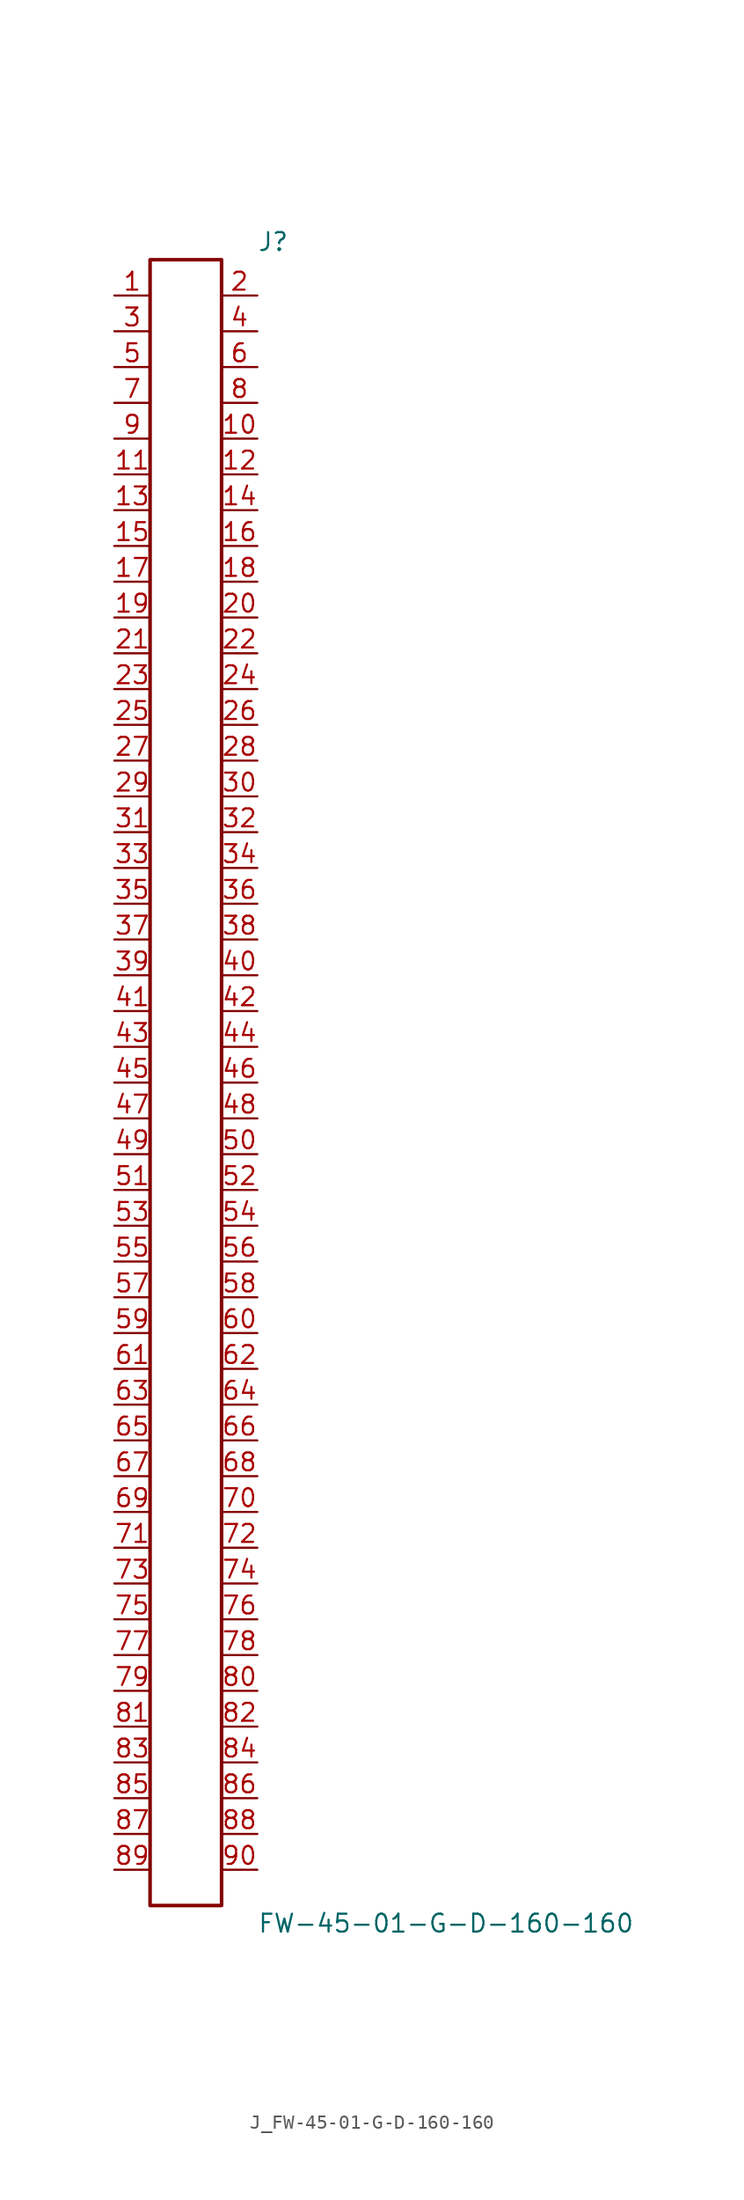
<source format=kicad_sym>
(kicad_symbol_lib
  (version 20231120)
  (generator kicad_symbol_editor)
  (generator_version 8.0)
  (symbol "J_FW-45-01-G-D-160-160"
    (pin_names
      (offset 0.254))
    (property "Reference" "J"
      (at 5.08 59.69 0)
      (effects (font (size 1.27 1.27)) (justify left)))
    (property "Value" "FW-45-01-G-D-160-160"
      (at 5.08 -59.69 0)
      (effects (font (size 1.27 1.27)) (justify left)))
    (symbol "J_FW-45-01-G-D-160-160_0_0"
      (pin unspecified line (at -5.08 55.88 0) (length 2.54) (name "" (effects (font (size 1.27 1.27)))) (number "1" (effects (font (size 1.27 1.27)))))
      (pin unspecified line (at 5.08 55.88 180) (length 2.54) (name "" (effects (font (size 1.27 1.27)))) (number "2" (effects (font (size 1.27 1.27)))))
      (pin unspecified line (at -5.08 53.34 0) (length 2.54) (name "" (effects (font (size 1.27 1.27)))) (number "3" (effects (font (size 1.27 1.27)))))
      (pin unspecified line (at 5.08 53.34 180) (length 2.54) (name "" (effects (font (size 1.27 1.27)))) (number "4" (effects (font (size 1.27 1.27)))))
      (pin unspecified line (at -5.08 50.8 0) (length 2.54) (name "" (effects (font (size 1.27 1.27)))) (number "5" (effects (font (size 1.27 1.27)))))
      (pin unspecified line (at 5.08 50.8 180) (length 2.54) (name "" (effects (font (size 1.27 1.27)))) (number "6" (effects (font (size 1.27 1.27)))))
      (pin unspecified line (at -5.08 48.26 0) (length 2.54) (name "" (effects (font (size 1.27 1.27)))) (number "7" (effects (font (size 1.27 1.27)))))
      (pin unspecified line (at 5.08 48.26 180) (length 2.54) (name "" (effects (font (size 1.27 1.27)))) (number "8" (effects (font (size 1.27 1.27)))))
      (pin unspecified line (at -5.08 45.72 0) (length 2.54) (name "" (effects (font (size 1.27 1.27)))) (number "9" (effects (font (size 1.27 1.27)))))
      (pin unspecified line (at 5.08 45.72 180) (length 2.54) (name "" (effects (font (size 1.27 1.27)))) (number "10" (effects (font (size 1.27 1.27)))))
      (pin unspecified line (at -5.08 43.18 0) (length 2.54) (name "" (effects (font (size 1.27 1.27)))) (number "11" (effects (font (size 1.27 1.27)))))
      (pin unspecified line (at 5.08 43.18 180) (length 2.54) (name "" (effects (font (size 1.27 1.27)))) (number "12" (effects (font (size 1.27 1.27)))))
      (pin unspecified line (at -5.08 40.64 0) (length 2.54) (name "" (effects (font (size 1.27 1.27)))) (number "13" (effects (font (size 1.27 1.27)))))
      (pin unspecified line (at 5.08 40.64 180) (length 2.54) (name "" (effects (font (size 1.27 1.27)))) (number "14" (effects (font (size 1.27 1.27)))))
      (pin unspecified line (at -5.08 38.1 0) (length 2.54) (name "" (effects (font (size 1.27 1.27)))) (number "15" (effects (font (size 1.27 1.27)))))
      (pin unspecified line (at 5.08 38.1 180) (length 2.54) (name "" (effects (font (size 1.27 1.27)))) (number "16" (effects (font (size 1.27 1.27)))))
      (pin unspecified line (at -5.08 35.56 0) (length 2.54) (name "" (effects (font (size 1.27 1.27)))) (number "17" (effects (font (size 1.27 1.27)))))
      (pin unspecified line (at 5.08 35.56 180) (length 2.54) (name "" (effects (font (size 1.27 1.27)))) (number "18" (effects (font (size 1.27 1.27)))))
      (pin unspecified line (at -5.08 33.02 0) (length 2.54) (name "" (effects (font (size 1.27 1.27)))) (number "19" (effects (font (size 1.27 1.27)))))
      (pin unspecified line (at 5.08 33.02 180) (length 2.54) (name "" (effects (font (size 1.27 1.27)))) (number "20" (effects (font (size 1.27 1.27)))))
      (pin unspecified line (at -5.08 30.48 0) (length 2.54) (name "" (effects (font (size 1.27 1.27)))) (number "21" (effects (font (size 1.27 1.27)))))
      (pin unspecified line (at 5.08 30.48 180) (length 2.54) (name "" (effects (font (size 1.27 1.27)))) (number "22" (effects (font (size 1.27 1.27)))))
      (pin unspecified line (at -5.08 27.94 0) (length 2.54) (name "" (effects (font (size 1.27 1.27)))) (number "23" (effects (font (size 1.27 1.27)))))
      (pin unspecified line (at 5.08 27.94 180) (length 2.54) (name "" (effects (font (size 1.27 1.27)))) (number "24" (effects (font (size 1.27 1.27)))))
      (pin unspecified line (at -5.08 25.4 0) (length 2.54) (name "" (effects (font (size 1.27 1.27)))) (number "25" (effects (font (size 1.27 1.27)))))
      (pin unspecified line (at 5.08 25.4 180) (length 2.54) (name "" (effects (font (size 1.27 1.27)))) (number "26" (effects (font (size 1.27 1.27)))))
      (pin unspecified line (at -5.08 22.86 0) (length 2.54) (name "" (effects (font (size 1.27 1.27)))) (number "27" (effects (font (size 1.27 1.27)))))
      (pin unspecified line (at 5.08 22.86 180) (length 2.54) (name "" (effects (font (size 1.27 1.27)))) (number "28" (effects (font (size 1.27 1.27)))))
      (pin unspecified line (at -5.08 20.32 0) (length 2.54) (name "" (effects (font (size 1.27 1.27)))) (number "29" (effects (font (size 1.27 1.27)))))
      (pin unspecified line (at 5.08 20.32 180) (length 2.54) (name "" (effects (font (size 1.27 1.27)))) (number "30" (effects (font (size 1.27 1.27)))))
      (pin unspecified line (at -5.08 17.78 0) (length 2.54) (name "" (effects (font (size 1.27 1.27)))) (number "31" (effects (font (size 1.27 1.27)))))
      (pin unspecified line (at 5.08 17.78 180) (length 2.54) (name "" (effects (font (size 1.27 1.27)))) (number "32" (effects (font (size 1.27 1.27)))))
      (pin unspecified line (at -5.08 15.24 0) (length 2.54) (name "" (effects (font (size 1.27 1.27)))) (number "33" (effects (font (size 1.27 1.27)))))
      (pin unspecified line (at 5.08 15.24 180) (length 2.54) (name "" (effects (font (size 1.27 1.27)))) (number "34" (effects (font (size 1.27 1.27)))))
      (pin unspecified line (at -5.08 12.7 0) (length 2.54) (name "" (effects (font (size 1.27 1.27)))) (number "35" (effects (font (size 1.27 1.27)))))
      (pin unspecified line (at 5.08 12.7 180) (length 2.54) (name "" (effects (font (size 1.27 1.27)))) (number "36" (effects (font (size 1.27 1.27)))))
      (pin unspecified line (at -5.08 10.16 0) (length 2.54) (name "" (effects (font (size 1.27 1.27)))) (number "37" (effects (font (size 1.27 1.27)))))
      (pin unspecified line (at 5.08 10.16 180) (length 2.54) (name "" (effects (font (size 1.27 1.27)))) (number "38" (effects (font (size 1.27 1.27)))))
      (pin unspecified line (at -5.08 7.62 0) (length 2.54) (name "" (effects (font (size 1.27 1.27)))) (number "39" (effects (font (size 1.27 1.27)))))
      (pin unspecified line (at 5.08 7.62 180) (length 2.54) (name "" (effects (font (size 1.27 1.27)))) (number "40" (effects (font (size 1.27 1.27)))))
      (pin unspecified line (at -5.08 5.08 0) (length 2.54) (name "" (effects (font (size 1.27 1.27)))) (number "41" (effects (font (size 1.27 1.27)))))
      (pin unspecified line (at 5.08 5.08 180) (length 2.54) (name "" (effects (font (size 1.27 1.27)))) (number "42" (effects (font (size 1.27 1.27)))))
      (pin unspecified line (at -5.08 2.54 0) (length 2.54) (name "" (effects (font (size 1.27 1.27)))) (number "43" (effects (font (size 1.27 1.27)))))
      (pin unspecified line (at 5.08 2.54 180) (length 2.54) (name "" (effects (font (size 1.27 1.27)))) (number "44" (effects (font (size 1.27 1.27)))))
      (pin unspecified line (at -5.08 0.0 0) (length 2.54) (name "" (effects (font (size 1.27 1.27)))) (number "45" (effects (font (size 1.27 1.27)))))
      (pin unspecified line (at 5.08 0.0 180) (length 2.54) (name "" (effects (font (size 1.27 1.27)))) (number "46" (effects (font (size 1.27 1.27)))))
      (pin unspecified line (at -5.08 -2.54 0) (length 2.54) (name "" (effects (font (size 1.27 1.27)))) (number "47" (effects (font (size 1.27 1.27)))))
      (pin unspecified line (at 5.08 -2.54 180) (length 2.54) (name "" (effects (font (size 1.27 1.27)))) (number "48" (effects (font (size 1.27 1.27)))))
      (pin unspecified line (at -5.08 -5.08 0) (length 2.54) (name "" (effects (font (size 1.27 1.27)))) (number "49" (effects (font (size 1.27 1.27)))))
      (pin unspecified line (at 5.08 -5.08 180) (length 2.54) (name "" (effects (font (size 1.27 1.27)))) (number "50" (effects (font (size 1.27 1.27)))))
      (pin unspecified line (at -5.08 -7.62 0) (length 2.54) (name "" (effects (font (size 1.27 1.27)))) (number "51" (effects (font (size 1.27 1.27)))))
      (pin unspecified line (at 5.08 -7.62 180) (length 2.54) (name "" (effects (font (size 1.27 1.27)))) (number "52" (effects (font (size 1.27 1.27)))))
      (pin unspecified line (at -5.08 -10.16 0) (length 2.54) (name "" (effects (font (size 1.27 1.27)))) (number "53" (effects (font (size 1.27 1.27)))))
      (pin unspecified line (at 5.08 -10.16 180) (length 2.54) (name "" (effects (font (size 1.27 1.27)))) (number "54" (effects (font (size 1.27 1.27)))))
      (pin unspecified line (at -5.08 -12.7 0) (length 2.54) (name "" (effects (font (size 1.27 1.27)))) (number "55" (effects (font (size 1.27 1.27)))))
      (pin unspecified line (at 5.08 -12.7 180) (length 2.54) (name "" (effects (font (size 1.27 1.27)))) (number "56" (effects (font (size 1.27 1.27)))))
      (pin unspecified line (at -5.08 -15.24 0) (length 2.54) (name "" (effects (font (size 1.27 1.27)))) (number "57" (effects (font (size 1.27 1.27)))))
      (pin unspecified line (at 5.08 -15.24 180) (length 2.54) (name "" (effects (font (size 1.27 1.27)))) (number "58" (effects (font (size 1.27 1.27)))))
      (pin unspecified line (at -5.08 -17.78 0) (length 2.54) (name "" (effects (font (size 1.27 1.27)))) (number "59" (effects (font (size 1.27 1.27)))))
      (pin unspecified line (at 5.08 -17.78 180) (length 2.54) (name "" (effects (font (size 1.27 1.27)))) (number "60" (effects (font (size 1.27 1.27)))))
      (pin unspecified line (at -5.08 -20.32 0) (length 2.54) (name "" (effects (font (size 1.27 1.27)))) (number "61" (effects (font (size 1.27 1.27)))))
      (pin unspecified line (at 5.08 -20.32 180) (length 2.54) (name "" (effects (font (size 1.27 1.27)))) (number "62" (effects (font (size 1.27 1.27)))))
      (pin unspecified line (at -5.08 -22.86 0) (length 2.54) (name "" (effects (font (size 1.27 1.27)))) (number "63" (effects (font (size 1.27 1.27)))))
      (pin unspecified line (at 5.08 -22.86 180) (length 2.54) (name "" (effects (font (size 1.27 1.27)))) (number "64" (effects (font (size 1.27 1.27)))))
      (pin unspecified line (at -5.08 -25.4 0) (length 2.54) (name "" (effects (font (size 1.27 1.27)))) (number "65" (effects (font (size 1.27 1.27)))))
      (pin unspecified line (at 5.08 -25.4 180) (length 2.54) (name "" (effects (font (size 1.27 1.27)))) (number "66" (effects (font (size 1.27 1.27)))))
      (pin unspecified line (at -5.08 -27.94 0) (length 2.54) (name "" (effects (font (size 1.27 1.27)))) (number "67" (effects (font (size 1.27 1.27)))))
      (pin unspecified line (at 5.08 -27.94 180) (length 2.54) (name "" (effects (font (size 1.27 1.27)))) (number "68" (effects (font (size 1.27 1.27)))))
      (pin unspecified line (at -5.08 -30.48 0) (length 2.54) (name "" (effects (font (size 1.27 1.27)))) (number "69" (effects (font (size 1.27 1.27)))))
      (pin unspecified line (at 5.08 -30.48 180) (length 2.54) (name "" (effects (font (size 1.27 1.27)))) (number "70" (effects (font (size 1.27 1.27)))))
      (pin unspecified line (at -5.08 -33.02 0) (length 2.54) (name "" (effects (font (size 1.27 1.27)))) (number "71" (effects (font (size 1.27 1.27)))))
      (pin unspecified line (at 5.08 -33.02 180) (length 2.54) (name "" (effects (font (size 1.27 1.27)))) (number "72" (effects (font (size 1.27 1.27)))))
      (pin unspecified line (at -5.08 -35.56 0) (length 2.54) (name "" (effects (font (size 1.27 1.27)))) (number "73" (effects (font (size 1.27 1.27)))))
      (pin unspecified line (at 5.08 -35.56 180) (length 2.54) (name "" (effects (font (size 1.27 1.27)))) (number "74" (effects (font (size 1.27 1.27)))))
      (pin unspecified line (at -5.08 -38.1 0) (length 2.54) (name "" (effects (font (size 1.27 1.27)))) (number "75" (effects (font (size 1.27 1.27)))))
      (pin unspecified line (at 5.08 -38.1 180) (length 2.54) (name "" (effects (font (size 1.27 1.27)))) (number "76" (effects (font (size 1.27 1.27)))))
      (pin unspecified line (at -5.08 -40.64 0) (length 2.54) (name "" (effects (font (size 1.27 1.27)))) (number "77" (effects (font (size 1.27 1.27)))))
      (pin unspecified line (at 5.08 -40.64 180) (length 2.54) (name "" (effects (font (size 1.27 1.27)))) (number "78" (effects (font (size 1.27 1.27)))))
      (pin unspecified line (at -5.08 -43.18 0) (length 2.54) (name "" (effects (font (size 1.27 1.27)))) (number "79" (effects (font (size 1.27 1.27)))))
      (pin unspecified line (at 5.08 -43.18 180) (length 2.54) (name "" (effects (font (size 1.27 1.27)))) (number "80" (effects (font (size 1.27 1.27)))))
      (pin unspecified line (at -5.08 -45.72 0) (length 2.54) (name "" (effects (font (size 1.27 1.27)))) (number "81" (effects (font (size 1.27 1.27)))))
      (pin unspecified line (at 5.08 -45.72 180) (length 2.54) (name "" (effects (font (size 1.27 1.27)))) (number "82" (effects (font (size 1.27 1.27)))))
      (pin unspecified line (at -5.08 -48.26 0) (length 2.54) (name "" (effects (font (size 1.27 1.27)))) (number "83" (effects (font (size 1.27 1.27)))))
      (pin unspecified line (at 5.08 -48.26 180) (length 2.54) (name "" (effects (font (size 1.27 1.27)))) (number "84" (effects (font (size 1.27 1.27)))))
      (pin unspecified line (at -5.08 -50.8 0) (length 2.54) (name "" (effects (font (size 1.27 1.27)))) (number "85" (effects (font (size 1.27 1.27)))))
      (pin unspecified line (at 5.08 -50.8 180) (length 2.54) (name "" (effects (font (size 1.27 1.27)))) (number "86" (effects (font (size 1.27 1.27)))))
      (pin unspecified line (at -5.08 -53.34 0) (length 2.54) (name "" (effects (font (size 1.27 1.27)))) (number "87" (effects (font (size 1.27 1.27)))))
      (pin unspecified line (at 5.08 -53.34 180) (length 2.54) (name "" (effects (font (size 1.27 1.27)))) (number "88" (effects (font (size 1.27 1.27)))))
      (pin unspecified line (at -5.08 -55.88 0) (length 2.54) (name "" (effects (font (size 1.27 1.27)))) (number "89" (effects (font (size 1.27 1.27)))))
      (pin unspecified line (at 5.08 -55.88 180) (length 2.54) (name "" (effects (font (size 1.27 1.27)))) (number "90" (effects (font (size 1.27 1.27))))))
    (symbol "J_FW-45-01-G-D-160-160_1_0"
      (rectangle (start -2.54 58.42) (end 2.54 -58.42) (stroke (width 0.254) (type solid)) (fill (type none))))))
</source>
